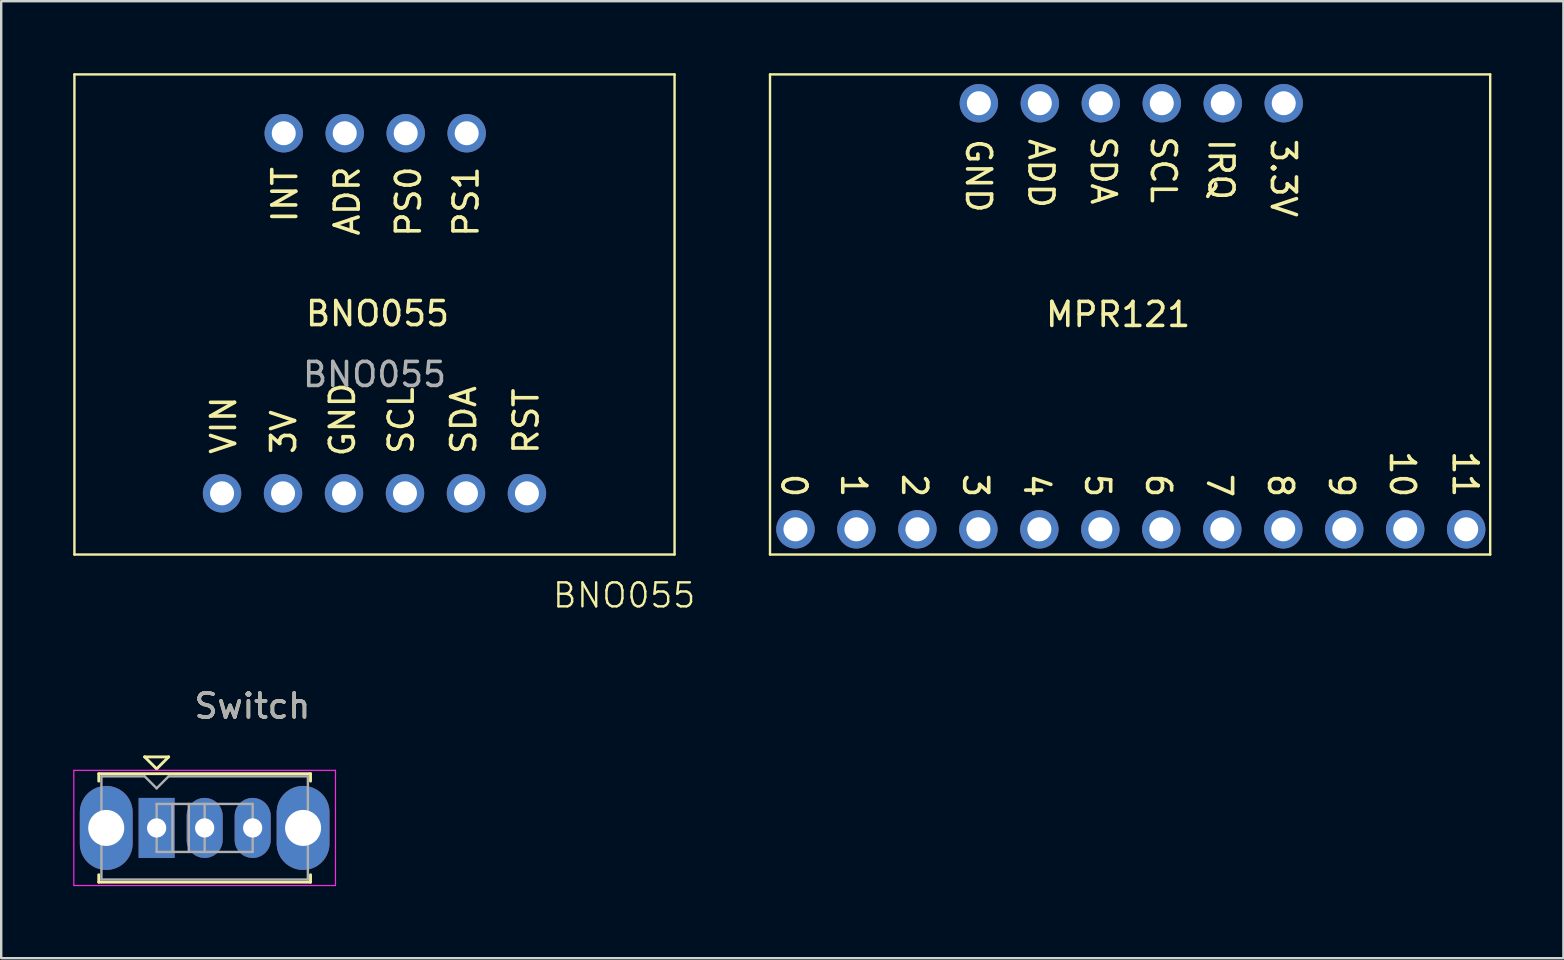
<source format=kicad_pcb>
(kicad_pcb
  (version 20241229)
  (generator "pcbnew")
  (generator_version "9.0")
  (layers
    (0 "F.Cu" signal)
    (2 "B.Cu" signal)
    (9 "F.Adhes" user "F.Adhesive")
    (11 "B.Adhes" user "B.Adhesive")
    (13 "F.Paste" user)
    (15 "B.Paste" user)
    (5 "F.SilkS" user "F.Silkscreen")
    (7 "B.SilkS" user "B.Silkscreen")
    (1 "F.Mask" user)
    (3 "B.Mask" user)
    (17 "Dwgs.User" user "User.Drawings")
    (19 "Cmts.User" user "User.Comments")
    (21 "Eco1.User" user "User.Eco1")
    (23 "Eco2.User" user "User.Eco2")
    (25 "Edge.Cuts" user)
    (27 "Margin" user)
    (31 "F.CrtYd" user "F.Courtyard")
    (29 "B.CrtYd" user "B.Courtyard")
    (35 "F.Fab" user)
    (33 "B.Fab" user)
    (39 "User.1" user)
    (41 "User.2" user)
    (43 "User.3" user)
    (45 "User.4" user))
  (footprint "Switch"
    (layer "F.Cu")
    (at 3.475 31.439)
    (property "Reference" "Switch" (at 3.99 -5.08 0) (layer "F.SilkS") (effects (font (size 1 1) (thickness 0.15))))
    (attr through_hole)
    (fp_line (start -2.41 -2.26) (end 6.41 -2.26) (stroke (width 0.12) (type solid)) (layer "F.SilkS"))
    (fp_line (start -2.41 -1.95) (end -2.41 -2.26) (stroke (width 0.12) (type solid)) (layer "F.SilkS"))
    (fp_line (start -2.41 2.26) (end -2.41 1.95) (stroke (width 0.12) (type solid)) (layer "F.SilkS"))
    (fp_line (start -0.5 -2.96) (end 0 -2.46) (stroke (width 0.12) (type solid)) (layer "F.SilkS"))
    (fp_line (start 0 -2.46) (end 0.5 -2.96) (stroke (width 0.12) (type solid)) (layer "F.SilkS"))
    (fp_line (start 0.5 -2.96) (end -0.5 -2.96) (stroke (width 0.12) (type solid)) (layer "F.SilkS"))
    (fp_line (start 6.41 -2.26) (end 6.41 -1.95) (stroke (width 0.12) (type solid)) (layer "F.SilkS"))
    (fp_line (start 6.41 2.26) (end -2.41 2.26) (stroke (width 0.12) (type solid)) (layer "F.SilkS"))
    (fp_line (start 6.41 2.26) (end 6.41 1.95) (stroke (width 0.12) (type solid)) (layer "F.SilkS"))
    (fp_line (start -3.45 -2.4) (end 7.45 -2.4) (stroke (width 0.05) (type solid)) (layer "F.CrtYd"))
    (fp_line (start -3.45 2.4) (end -3.45 -2.4) (stroke (width 0.05) (type solid)) (layer "F.CrtYd"))
    (fp_line (start 7.45 -2.4) (end 7.45 2.4) (stroke (width 0.05) (type solid)) (layer "F.CrtYd"))
    (fp_line (start 7.45 2.4) (end -3.45 2.4) (stroke (width 0.05) (type solid)) (layer "F.CrtYd"))
    (fp_line (start -2.3 -2.15) (end -0.5 -2.15) (stroke (width 0.1) (type solid)) (layer "F.Fab"))
    (fp_line (start -2.3 2.15) (end -2.3 -2.15) (stroke (width 0.1) (type solid)) (layer "F.Fab"))
    (fp_line (start -0.5 -2.15) (end 0 -1.65) (stroke (width 0.1) (type solid)) (layer "F.Fab"))
    (fp_line (start 0 -1.65) (end 0.5 -2.15) (stroke (width 0.1) (type solid)) (layer "F.Fab"))
    (fp_line (start 0 -1) (end 0 1) (stroke (width 0.1) (type solid)) (layer "F.Fab"))
    (fp_line (start 0 -1) (end 4 -1) (stroke (width 0.1) (type solid)) (layer "F.Fab"))
    (fp_line (start 0 1) (end 4 1) (stroke (width 0.1) (type solid)) (layer "F.Fab"))
    (fp_line (start 0.5 -2.15) (end 6.3 -2.15) (stroke (width 0.1) (type solid)) (layer "F.Fab"))
    (fp_line (start 0.66 -1) (end 0.66 1) (stroke (width 0.1) (type solid)) (layer "F.Fab"))
    (fp_line (start 1.34 -1) (end 1.34 1) (stroke (width 0.1) (type solid)) (layer "F.Fab"))
    (fp_line (start 2 -1) (end 2 1) (stroke (width 0.1) (type solid)) (layer "F.Fab"))
    (fp_line (start 4 -1) (end 4 1) (stroke (width 0.1) (type solid)) (layer "F.Fab"))
    (fp_line (start 6.3 -2.15) (end 6.3 2.15) (stroke (width 0.1) (type solid)) (layer "F.Fab"))
    (fp_line (start 6.3 2.15) (end -2.3 2.15) (stroke (width 0.1) (type solid)) (layer "F.Fab"))
    (fp_text user "${REFERENCE}" (at 3.99 -5.08 0) (layer "F.Fab") (effects (font (size 1 1) (thickness 0.15))))
    (pad "" thru_hole oval (at -2.1 0) (size 2.2 3.5) (drill 1.5) (layers "*.Cu" "*.Mask"))
    (pad "" thru_hole oval (at 6.1 0) (size 2.2 3.5) (drill 1.5) (layers "*.Cu" "*.Mask"))
    (pad "1" thru_hole rect (at 0 0) (size 1.5 2.5) (drill 0.8) (layers "*.Cu" "*.Mask"))
    (pad "2" thru_hole oval (at 2 0) (size 1.5 2.5) (drill 0.8) (layers "*.Cu" "*.Mask"))
    (pad "3" thru_hole oval (at 4 0) (size 1.5 2.5) (drill 0.8) (layers "*.Cu" "*.Mask")))
  (footprint "BNO055"
    (layer "F.Cu")
    (at 12.55 10.05)
    (property "Reference" "BNO055" (at 10.4 11.7 0) (unlocked yes) (layer "F.SilkS") (effects (font (size 1 1) (thickness 0.1))))
    (attr through_hole)
    (fp_line (start -12.5 -10) (end 12.5 -10) (stroke (width 0.1) (type default)) (layer "F.SilkS"))
    (fp_line (start -12.5 10) (end -12.5 -10) (stroke (width 0.1) (type default)) (layer "F.SilkS"))
    (fp_line (start 12.5 -10) (end 12.5 10) (stroke (width 0.1) (type default)) (layer "F.SilkS"))
    (fp_line (start 12.5 10) (end -12.5 10) (stroke (width 0.1) (type default)) (layer "F.SilkS"))
    (fp_text user "VIN" (at -5.7 5.9 90) (unlocked yes) (layer "F.SilkS") (effects (font (size 1 1) (thickness 0.15)) (justify left bottom)))
    (fp_text user "SCL" (at 1.7 5.9 90) (unlocked yes) (layer "F.SilkS") (effects (font (size 1 1) (thickness 0.15)) (justify left bottom)))
    (fp_text user "INT" (at -3.15 -3.75 90) (unlocked yes) (layer "F.SilkS") (effects (font (size 1 1) (thickness 0.15)) (justify left bottom)))
    (fp_text user "BNO055" (at -2.95 0.55 0) (unlocked yes) (layer "F.SilkS") (effects (font (size 1 1) (thickness 0.15)) (justify left bottom)))
    (fp_text user "PS1" (at 4.4 -3.15 90) (unlocked yes) (layer "F.SilkS") (effects (font (size 1 1) (thickness 0.15)) (justify left bottom)))
    (fp_text user "SDA" (at 4.3 5.9 90) (unlocked yes) (layer "F.SilkS") (effects (font (size 1 1) (thickness 0.15)) (justify left bottom)))
    (fp_text user "GND" (at -0.75 6 90) (unlocked yes) (layer "F.SilkS") (effects (font (size 1 1) (thickness 0.15)) (justify left bottom)))
    (fp_text user "RST" (at 6.9 5.9 90) (unlocked yes) (layer "F.SilkS") (effects (font (size 1 1) (thickness 0.15)) (justify left bottom)))
    (fp_text user "ADR" (at -0.55 -3.2 90) (unlocked yes) (layer "F.SilkS") (effects (font (size 1 1) (thickness 0.15)) (justify left bottom)))
    (fp_text user "PS0" (at 2 -3.15 90) (unlocked yes) (layer "F.SilkS") (effects (font (size 1 1) (thickness 0.15)) (justify left bottom)))
    (fp_text user "3V" (at -3.2 5.9 90) (unlocked yes) (layer "F.SilkS") (effects (font (size 1 1) (thickness 0.15)) (justify left bottom)))
    (fp_text user "${REFERENCE}" (at 0 2.5 0) (unlocked yes) (layer "F.Fab") (effects (font (size 1 1) (thickness 0.15))))
    (pad "2" thru_hole circle (at -1.27 7.45) (size 1.6 1.6) (drill 1) (layers "*.Cu" "*.Mask"))
    (pad "3" thru_hole circle (at -6.35 7.45) (size 1.6 1.6) (drill 1) (layers "*.Cu" "*.Mask"))
    (pad "4" thru_hole circle (at -3.81 7.45) (size 1.6 1.6) (drill 1) (layers "*.Cu" "*.Mask"))
    (pad "5" thru_hole circle (at 3.84 -7.55) (size 1.6 1.6) (drill 1) (layers "*.Cu" "*.Mask"))
    (pad "6" thru_hole circle (at 1.3 -7.55) (size 1.6 1.6) (drill 1) (layers "*.Cu" "*.Mask"))
    (pad "11" thru_hole circle (at 6.35 7.45) (size 1.6 1.6) (drill 1) (layers "*.Cu" "*.Mask"))
    (pad "14" thru_hole circle (at -3.78 -7.55) (size 1.6 1.6) (drill 1) (layers "*.Cu" "*.Mask"))
    (pad "17" thru_hole circle (at -1.24 -7.55) (size 1.6 1.6) (drill 1) (layers "*.Cu" "*.Mask"))
    (pad "19" thru_hole circle (at 1.27 7.45) (size 1.6 1.6) (drill 1) (layers "*.Cu" "*.Mask"))
    (pad "20" thru_hole circle (at 3.81 7.45) (size 1.6 1.6) (drill 1) (layers "*.Cu" "*.Mask"))
    (zone (net_name "") (layer "F.SilkS") (hatch edge 0.5) (connect_pads) (min_thickness 0.25) (filled_areas_thickness no) (keepout (tracks allowed) (vias allowed) (pads not_allowed) (copperpour allowed) (footprints not_allowed)) (placement (enabled no)) (fill) (polygon (pts (xy 0.05 0.05) (xy 25.05 0.05) (xy 25.05 20.05) (xy 0.05 20.05)))))
  (footprint "MPR121"
    (layer "F.Cu")
    (at 43.926 10.05)
    (property "Reference" "MPR121" (at -0.4 0 0) (layer "F.SilkS") (effects (font (size 1 1) (thickness 0.15))))
    (attr through_hole)
    (fp_line (start -14.9 -10) (end 15.1 -10) (stroke (width 0.1) (type default)) (layer "F.SilkS"))
    (fp_line (start -14.9 10) (end -14.9 -10) (stroke (width 0.1) (type default)) (layer "F.SilkS"))
    (fp_line (start 15.1 -10) (end 15.1 10) (stroke (width 0.1) (type default)) (layer "F.SilkS"))
    (fp_line (start 15.1 10) (end -14.9 10) (stroke (width 0.1) (type default)) (layer "F.SilkS"))
    (fp_text user "SDA" (at -1.6 -7.5 270) (unlocked yes) (layer "F.SilkS") (effects (font (size 1 1) (thickness 0.15)) (justify left bottom)))
    (fp_text user "7" (at 3.24 6.55 270) (unlocked yes) (layer "F.SilkS") (effects (font (size 1 1) (thickness 0.15)) (justify left bottom)))
    (fp_text user "5" (at -1.84 6.55 270) (unlocked yes) (layer "F.SilkS") (effects (font (size 1 1) (thickness 0.15)) (justify left bottom)))
    (fp_text user "3.3V" (at 5.9 -7.4 270) (unlocked yes) (layer "F.SilkS") (effects (font (size 1 1) (thickness 0.15)) (justify left bottom)))
    (fp_text user "2" (at -9.46 6.55 270) (unlocked yes) (layer "F.SilkS") (effects (font (size 1 1) (thickness 0.15)) (justify left bottom)))
    (fp_text user "1" (at -12 6.55 270) (unlocked yes) (layer "F.SilkS") (effects (font (size 1 1) (thickness 0.15)) (justify left bottom)))
    (fp_text user "IRQ" (at 3.3 -7.4 270) (unlocked yes) (layer "F.SilkS") (effects (font (size 1 1) (thickness 0.15)) (justify left bottom)))
    (fp_text user "8" (at 5.78 6.55 270) (unlocked yes) (layer "F.SilkS") (effects (font (size 1 1) (thickness 0.15)) (justify left bottom)))
    (fp_text user "SCL" (at 0.9 -7.506 270) (unlocked yes) (layer "F.SilkS") (effects (font (size 1 1) (thickness 0.15)) (justify left bottom)))
    (fp_text user "3" (at -6.92 6.55 270) (unlocked yes) (layer "F.SilkS") (effects (font (size 1 1) (thickness 0.15)) (justify left bottom)))
    (fp_text user "0" (at -14.488 6.55 270) (unlocked yes) (layer "F.SilkS") (effects (font (size 1 1) (thickness 0.15)) (justify left bottom)))
    (fp_text user "9" (at 8.32 6.55 270) (unlocked yes) (layer "F.SilkS") (effects (font (size 1 1) (thickness 0.15)) (justify left bottom)))
    (fp_text user "ADD" (at -4.2 -7.4 270) (unlocked yes) (layer "F.SilkS") (effects (font (size 1 1) (thickness 0.15)) (justify left bottom)))
    (fp_text user "6" (at 0.7 6.55 270) (unlocked yes) (layer "F.SilkS") (effects (font (size 1 1) (thickness 0.15)) (justify left bottom)))
    (fp_text user "GND" (at -6.8 -7.4 270) (unlocked yes) (layer "F.SilkS") (effects (font (size 1 1) (thickness 0.15)) (justify left bottom)))
    (fp_text user "10" (at 10.86 5.6 270) (unlocked yes) (layer "F.SilkS") (effects (font (size 1 1) (thickness 0.15)) (justify left bottom)))
    (fp_text user "11" (at 13.473 5.6 270) (unlocked yes) (layer "F.SilkS") (effects (font (size 1 1) (thickness 0.15)) (justify left bottom)))
    (fp_text user "4" (at -4.38 6.55 270) (unlocked yes) (layer "F.SilkS") (effects (font (size 1 1) (thickness 0.15)) (justify left bottom)))
    (pad "1" thru_hole oval (at -6.2 -8.8 270) (size 1.6 1.6) (drill 1) (layers "*.Cu" "*.Mask"))
    (pad "2" thru_hole oval (at -3.66 -8.8 270) (size 1.6 1.6) (drill 1) (layers "*.Cu" "*.Mask"))
    (pad "3" thru_hole oval (at -1.12 -8.8 270) (size 1.6 1.6) (drill 1) (layers "*.Cu" "*.Mask"))
    (pad "4" thru_hole oval (at 1.42 -8.8 270) (size 1.6 1.6) (drill 1) (layers "*.Cu" "*.Mask"))
    (pad "5" thru_hole oval (at 3.96 -8.8 270) (size 1.6 1.6) (drill 1) (layers "*.Cu" "*.Mask"))
    (pad "6" thru_hole oval (at 6.5 -8.8 270) (size 1.6 1.6) (drill 1) (layers "*.Cu" "*.Mask"))
    (pad "8" thru_hole oval (at -13.84 8.95 270) (size 1.6 1.6) (drill 1) (layers "*.Cu" "*.Mask"))
    (pad "9" thru_hole oval (at -11.3 8.95 270) (size 1.6 1.6) (drill 1) (layers "*.Cu" "*.Mask"))
    (pad "10" thru_hole oval (at -8.76 8.95 270) (size 1.6 1.6) (drill 1) (layers "*.Cu" "*.Mask"))
    (pad "11" thru_hole oval (at -6.22 8.95 270) (size 1.6 1.6) (drill 1) (layers "*.Cu" "*.Mask"))
    (pad "12" thru_hole oval (at -3.68 8.95 270) (size 1.6 1.6) (drill 1) (layers "*.Cu" "*.Mask"))
    (pad "13" thru_hole oval (at -1.14 8.95 270) (size 1.6 1.6) (drill 1) (layers "*.Cu" "*.Mask"))
    (pad "14" thru_hole oval (at 1.4 8.95 270) (size 1.6 1.6) (drill 1) (layers "*.Cu" "*.Mask"))
    (pad "15" thru_hole oval (at 3.94 8.95 270) (size 1.6 1.6) (drill 1) (layers "*.Cu" "*.Mask"))
    (pad "16" thru_hole oval (at 6.48 8.95 270) (size 1.6 1.6) (drill 1) (layers "*.Cu" "*.Mask"))
    (pad "17" thru_hole oval (at 9.02 8.95 270) (size 1.6 1.6) (drill 1) (layers "*.Cu" "*.Mask"))
    (pad "18" thru_hole oval (at 11.56 8.95 270) (size 1.6 1.6) (drill 1) (layers "*.Cu" "*.Mask"))
    (pad "19" thru_hole oval (at 14.1 8.95 270) (size 1.6 1.6) (drill 1) (layers "*.Cu" "*.Mask"))
    (zone (net_name "") (layer "F.SilkS") (hatch edge 0.5) (connect_pads) (min_thickness 0.25) (filled_areas_thickness no) (keepout (tracks not_allowed) (vias not_allowed) (pads not_allowed) (copperpour allowed) (footprints allowed)) (placement (enabled no)) (fill) (polygon (pts (xy 29.026 0.05) (xy 59.026 0.05) (xy 59.026 20.05) (xy 29.026 20.05)))))
  (gr_rect
    (start -3 -3)
    (end 62.076 36.864)
    (stroke (width 0.1) (type default))
    (fill no)
    (layer "Edge.Cuts")))
</source>
